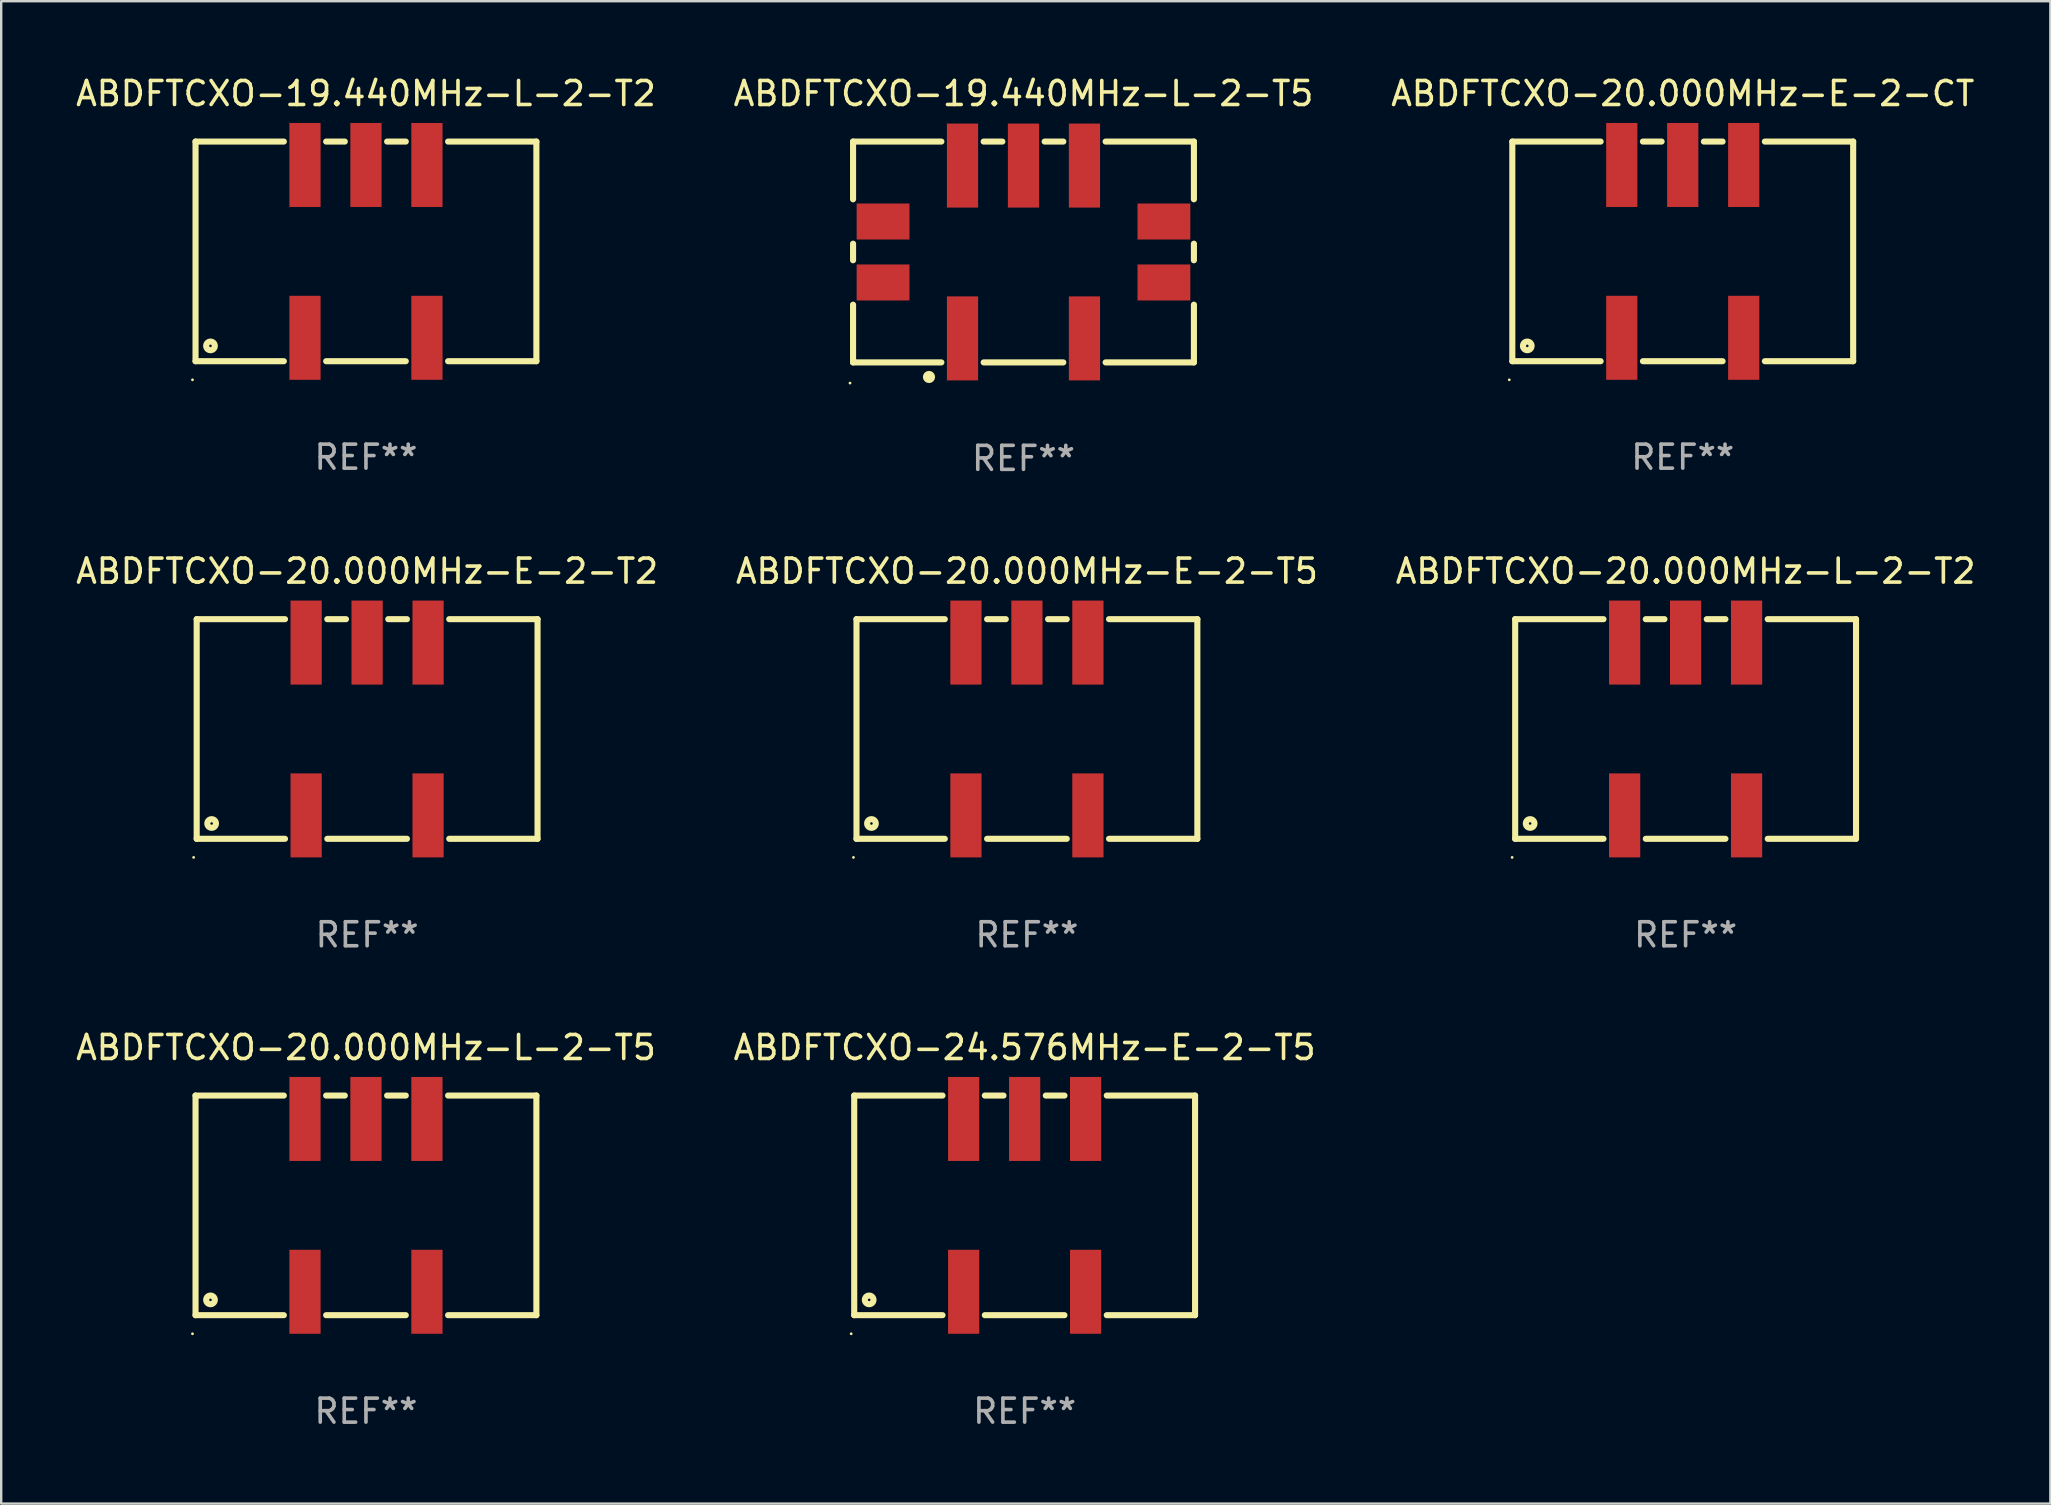
<source format=kicad_pcb>
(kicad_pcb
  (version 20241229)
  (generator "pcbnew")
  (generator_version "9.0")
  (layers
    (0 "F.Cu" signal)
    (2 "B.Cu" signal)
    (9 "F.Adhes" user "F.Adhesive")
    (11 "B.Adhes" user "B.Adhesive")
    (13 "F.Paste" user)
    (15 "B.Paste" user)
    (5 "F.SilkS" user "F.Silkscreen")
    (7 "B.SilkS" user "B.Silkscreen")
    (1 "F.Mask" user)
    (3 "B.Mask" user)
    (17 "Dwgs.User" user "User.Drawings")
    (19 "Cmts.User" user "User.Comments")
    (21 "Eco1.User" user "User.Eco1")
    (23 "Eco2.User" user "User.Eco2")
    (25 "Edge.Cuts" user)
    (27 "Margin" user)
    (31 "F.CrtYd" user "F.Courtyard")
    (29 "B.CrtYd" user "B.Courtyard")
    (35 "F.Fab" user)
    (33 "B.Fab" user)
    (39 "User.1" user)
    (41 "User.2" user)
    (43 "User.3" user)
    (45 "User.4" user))
  (footprint "ABDFTCXO-24.576MHz-E-2-T5"
    (layer "F.Cu")
    (at 39.637 47.166)
    (property "Reference" "ABDFTCXO-24.576MHz-E-2-T5" (at 0 -6.575 0) (layer "F.SilkS") (effects (font (size 1 1) (thickness 0.15))))
    (attr through_hole)
    (fp_line (start -7.1 -4.575) (end -7.1 4.575) (stroke (width 0.254) (type solid)) (layer "F.SilkS"))
    (fp_line (start -7.1 -4.575) (end -3.421 -4.575) (stroke (width 0.254) (type solid)) (layer "F.SilkS"))
    (fp_line (start -7.1 4.575) (end -3.421 4.575) (stroke (width 0.254) (type solid)) (layer "F.SilkS"))
    (fp_line (start -1.659 -4.575) (end -0.881 -4.575) (stroke (width 0.254) (type solid)) (layer "F.SilkS"))
    (fp_line (start -1.659 4.575) (end 1.659 4.575) (stroke (width 0.254) (type solid)) (layer "F.SilkS"))
    (fp_line (start 0.881 -4.575) (end 1.659 -4.575) (stroke (width 0.254) (type solid)) (layer "F.SilkS"))
    (fp_line (start 3.421 -4.575) (end 7.1 -4.575) (stroke (width 0.254) (type solid)) (layer "F.SilkS"))
    (fp_line (start 3.421 4.575) (end 7.1 4.575) (stroke (width 0.254) (type solid)) (layer "F.SilkS"))
    (fp_line (start 7.1 -4.575) (end 7.1 4.575) (stroke (width 0.254) (type solid)) (layer "F.SilkS"))
    (fp_circle (center -7.227 5.35) (end -7.197 5.35) (stroke (width 0.06) (type solid)) (fill no) (layer "F.SilkS"))
    (fp_circle (center -6.477 3.937) (end -6.297 3.937) (stroke (width 0.254) (type solid)) (fill no) (layer "F.SilkS"))
    (fp_text user "REF**" (at 0 8.575 0) (layer "F.Fab") (effects (font (size 1 1) (thickness 0.15))))
    (pad "1" smd rect (at -2.54 3.6) (size 1.3 3.5) (layers "F.Cu" "F.Mask" "F.Paste"))
    (pad "2" smd rect (at 2.54 3.6) (size 1.3 3.5) (layers "F.Cu" "F.Mask" "F.Paste"))
    (pad "3" smd rect (at 2.54 -3.6) (size 1.3 3.5) (layers "F.Cu" "F.Mask" "F.Paste"))
    (pad "4" smd rect (at 0 -3.6) (size 1.3 3.5) (layers "F.Cu" "F.Mask" "F.Paste"))
    (pad "5" smd rect (at -2.54 -3.6) (size 1.3 3.5) (layers "F.Cu" "F.Mask" "F.Paste")))
  (footprint "ABDFTCXO-20.000MHz-L-2-T2"
    (layer "F.Cu")
    (at 67.173 27.32)
    (property "Reference" "ABDFTCXO-20.000MHz-L-2-T2" (at 0 -6.575 0) (layer "F.SilkS") (effects (font (size 1 1) (thickness 0.15))))
    (attr through_hole)
    (fp_line (start -7.1 -4.575) (end -7.1 4.575) (stroke (width 0.254) (type solid)) (layer "F.SilkS"))
    (fp_line (start -7.1 -4.575) (end -3.421 -4.575) (stroke (width 0.254) (type solid)) (layer "F.SilkS"))
    (fp_line (start -7.1 4.575) (end -3.421 4.575) (stroke (width 0.254) (type solid)) (layer "F.SilkS"))
    (fp_line (start -1.659 -4.575) (end -0.881 -4.575) (stroke (width 0.254) (type solid)) (layer "F.SilkS"))
    (fp_line (start -1.659 4.575) (end 1.659 4.575) (stroke (width 0.254) (type solid)) (layer "F.SilkS"))
    (fp_line (start 0.881 -4.575) (end 1.659 -4.575) (stroke (width 0.254) (type solid)) (layer "F.SilkS"))
    (fp_line (start 3.421 -4.575) (end 7.1 -4.575) (stroke (width 0.254) (type solid)) (layer "F.SilkS"))
    (fp_line (start 3.421 4.575) (end 7.1 4.575) (stroke (width 0.254) (type solid)) (layer "F.SilkS"))
    (fp_line (start 7.1 -4.575) (end 7.1 4.575) (stroke (width 0.254) (type solid)) (layer "F.SilkS"))
    (fp_circle (center -7.227 5.35) (end -7.197 5.35) (stroke (width 0.06) (type solid)) (fill no) (layer "F.SilkS"))
    (fp_circle (center -6.477 3.937) (end -6.297 3.937) (stroke (width 0.254) (type solid)) (fill no) (layer "F.SilkS"))
    (fp_text user "REF**" (at 0 8.575 0) (layer "F.Fab") (effects (font (size 1 1) (thickness 0.15))))
    (pad "1" smd rect (at -2.54 3.6) (size 1.3 3.5) (layers "F.Cu" "F.Mask" "F.Paste"))
    (pad "2" smd rect (at 2.54 3.6) (size 1.3 3.5) (layers "F.Cu" "F.Mask" "F.Paste"))
    (pad "3" smd rect (at 2.54 -3.6) (size 1.3 3.5) (layers "F.Cu" "F.Mask" "F.Paste"))
    (pad "4" smd rect (at 0 -3.6) (size 1.3 3.5) (layers "F.Cu" "F.Mask" "F.Paste"))
    (pad "5" smd rect (at -2.54 -3.6) (size 1.3 3.5) (layers "F.Cu" "F.Mask" "F.Paste")))
  (footprint "ABDFTCXO-20.000MHz-E-2-T5"
    (layer "F.Cu")
    (at 39.732 27.32)
    (property "Reference" "ABDFTCXO-20.000MHz-E-2-T5" (at 0 -6.575 0) (layer "F.SilkS") (effects (font (size 1 1) (thickness 0.15))))
    (attr through_hole)
    (fp_line (start -7.1 -4.575) (end -7.1 4.575) (stroke (width 0.254) (type solid)) (layer "F.SilkS"))
    (fp_line (start -7.1 -4.575) (end -3.421 -4.575) (stroke (width 0.254) (type solid)) (layer "F.SilkS"))
    (fp_line (start -7.1 4.575) (end -3.421 4.575) (stroke (width 0.254) (type solid)) (layer "F.SilkS"))
    (fp_line (start -1.659 -4.575) (end -0.881 -4.575) (stroke (width 0.254) (type solid)) (layer "F.SilkS"))
    (fp_line (start -1.659 4.575) (end 1.659 4.575) (stroke (width 0.254) (type solid)) (layer "F.SilkS"))
    (fp_line (start 0.881 -4.575) (end 1.659 -4.575) (stroke (width 0.254) (type solid)) (layer "F.SilkS"))
    (fp_line (start 3.421 -4.575) (end 7.1 -4.575) (stroke (width 0.254) (type solid)) (layer "F.SilkS"))
    (fp_line (start 3.421 4.575) (end 7.1 4.575) (stroke (width 0.254) (type solid)) (layer "F.SilkS"))
    (fp_line (start 7.1 -4.575) (end 7.1 4.575) (stroke (width 0.254) (type solid)) (layer "F.SilkS"))
    (fp_circle (center -7.227 5.35) (end -7.197 5.35) (stroke (width 0.06) (type solid)) (fill no) (layer "F.SilkS"))
    (fp_circle (center -6.477 3.937) (end -6.297 3.937) (stroke (width 0.254) (type solid)) (fill no) (layer "F.SilkS"))
    (fp_text user "REF**" (at 0 8.575 0) (layer "F.Fab") (effects (font (size 1 1) (thickness 0.15))))
    (pad "1" smd rect (at -2.54 3.6) (size 1.3 3.5) (layers "F.Cu" "F.Mask" "F.Paste"))
    (pad "2" smd rect (at 2.54 3.6) (size 1.3 3.5) (layers "F.Cu" "F.Mask" "F.Paste"))
    (pad "3" smd rect (at 2.54 -3.6) (size 1.3 3.5) (layers "F.Cu" "F.Mask" "F.Paste"))
    (pad "4" smd rect (at 0 -3.6) (size 1.3 3.5) (layers "F.Cu" "F.Mask" "F.Paste"))
    (pad "5" smd rect (at -2.54 -3.6) (size 1.3 3.5) (layers "F.Cu" "F.Mask" "F.Paste")))
  (footprint "ABDFTCXO-20.000MHz-E-2-CT"
    (layer "F.Cu")
    (at 67.054 7.423)
    (property "Reference" "ABDFTCXO-20.000MHz-E-2-CT" (at 0 -6.575 0) (layer "F.SilkS") (effects (font (size 1 1) (thickness 0.15))))
    (attr through_hole)
    (fp_line (start -7.1 -4.575) (end -7.1 4.575) (stroke (width 0.254) (type solid)) (layer "F.SilkS"))
    (fp_line (start -7.1 -4.575) (end -3.421 -4.575) (stroke (width 0.254) (type solid)) (layer "F.SilkS"))
    (fp_line (start -7.1 4.575) (end -3.421 4.575) (stroke (width 0.254) (type solid)) (layer "F.SilkS"))
    (fp_line (start -1.659 -4.575) (end -0.881 -4.575) (stroke (width 0.254) (type solid)) (layer "F.SilkS"))
    (fp_line (start -1.659 4.575) (end 1.659 4.575) (stroke (width 0.254) (type solid)) (layer "F.SilkS"))
    (fp_line (start 0.881 -4.575) (end 1.659 -4.575) (stroke (width 0.254) (type solid)) (layer "F.SilkS"))
    (fp_line (start 3.421 -4.575) (end 7.1 -4.575) (stroke (width 0.254) (type solid)) (layer "F.SilkS"))
    (fp_line (start 3.421 4.575) (end 7.1 4.575) (stroke (width 0.254) (type solid)) (layer "F.SilkS"))
    (fp_line (start 7.1 -4.575) (end 7.1 4.575) (stroke (width 0.254) (type solid)) (layer "F.SilkS"))
    (fp_circle (center -7.227 5.35) (end -7.197 5.35) (stroke (width 0.06) (type solid)) (fill no) (layer "F.SilkS"))
    (fp_circle (center -6.477 3.937) (end -6.297 3.937) (stroke (width 0.254) (type solid)) (fill no) (layer "F.SilkS"))
    (fp_text user "REF**" (at 0 8.575 0) (layer "F.Fab") (effects (font (size 1 1) (thickness 0.15))))
    (pad "1" smd rect (at -2.54 3.6) (size 1.3 3.5) (layers "F.Cu" "F.Mask" "F.Paste"))
    (pad "2" smd rect (at 2.54 3.6) (size 1.3 3.5) (layers "F.Cu" "F.Mask" "F.Paste"))
    (pad "3" smd rect (at 2.54 -3.6) (size 1.3 3.5) (layers "F.Cu" "F.Mask" "F.Paste"))
    (pad "4" smd rect (at 0 -3.6) (size 1.3 3.5) (layers "F.Cu" "F.Mask" "F.Paste"))
    (pad "5" smd rect (at -2.54 -3.6) (size 1.3 3.5) (layers "F.Cu" "F.Mask" "F.Paste")))
  (footprint "ABDFTCXO-19.440MHz-L-2-T5"
    (layer "F.Cu")
    (at 39.589 7.448)
    (property "Reference" "ABDFTCXO-19.440MHz-L-2-T5" (at 0 -6.6 0) (layer "F.SilkS") (effects (font (size 1 1) (thickness 0.15))))
    (attr through_hole)
    (fp_line (start -7.1 -4.6) (end -7.1 -2.195) (stroke (width 0.254) (type solid)) (layer "F.SilkS"))
    (fp_line (start -7.1 -4.6) (end -3.421 -4.6) (stroke (width 0.254) (type solid)) (layer "F.SilkS"))
    (fp_line (start -7.1 -0.345) (end -7.1 0.345) (stroke (width 0.254) (type solid)) (layer "F.SilkS"))
    (fp_line (start -7.1 2.195) (end -7.1 4.6) (stroke (width 0.254) (type solid)) (layer "F.SilkS"))
    (fp_line (start -7.1 4.6) (end -3.421 4.6) (stroke (width 0.254) (type solid)) (layer "F.SilkS"))
    (fp_line (start -1.659 -4.6) (end -0.881 -4.6) (stroke (width 0.254) (type solid)) (layer "F.SilkS"))
    (fp_line (start -1.659 4.6) (end 1.659 4.6) (stroke (width 0.254) (type solid)) (layer "F.SilkS"))
    (fp_line (start 0.881 -4.6) (end 1.659 -4.6) (stroke (width 0.254) (type solid)) (layer "F.SilkS"))
    (fp_line (start 3.421 -4.6) (end 7.1 -4.6) (stroke (width 0.254) (type solid)) (layer "F.SilkS"))
    (fp_line (start 3.421 4.6) (end 7.1 4.6) (stroke (width 0.254) (type solid)) (layer "F.SilkS"))
    (fp_line (start 7.1 -4.6) (end 7.1 -2.195) (stroke (width 0.254) (type solid)) (layer "F.SilkS"))
    (fp_line (start 7.1 -0.345) (end 7.1 0.345) (stroke (width 0.254) (type solid)) (layer "F.SilkS"))
    (fp_line (start 7.1 2.195) (end 7.1 4.6) (stroke (width 0.254) (type solid)) (layer "F.SilkS"))
    (fp_circle (center -7.227 5.461) (end -7.197 5.461) (stroke (width 0.06) (type solid)) (fill no) (layer "F.SilkS"))
    (fp_circle (center -3.937 5.207) (end -3.81 5.207) (stroke (width 0.254) (type solid)) (fill no) (layer "F.SilkS"))
    (fp_text user "REF**" (at 0 8.6 0) (layer "F.Fab") (effects (font (size 1 1) (thickness 0.15))))
    (pad "1" smd rect (at -2.54 3.6) (size 1.3 3.5) (layers "F.Cu" "F.Mask" "F.Paste"))
    (pad "2" smd rect (at 2.54 3.6) (size 1.3 3.5) (layers "F.Cu" "F.Mask" "F.Paste"))
    (pad "3" smd rect (at 2.54 -3.6) (size 1.3 3.5) (layers "F.Cu" "F.Mask" "F.Paste"))
    (pad "4" smd rect (at 0 -3.6) (size 1.3 3.5) (layers "F.Cu" "F.Mask" "F.Paste"))
    (pad "5" smd rect (at -2.54 -3.6) (size 1.3 3.5) (layers "F.Cu" "F.Mask" "F.Paste"))
    (pad "6" smd rect (at 5.85 1.27 90) (size 1.5 2.2) (layers "F.Cu" "F.Mask" "F.Paste"))
    (pad "7" smd rect (at 5.85 -1.27 90) (size 1.5 2.2) (layers "F.Cu" "F.Mask" "F.Paste"))
    (pad "8" smd rect (at -5.85 -1.27 90) (size 1.5 2.2) (layers "F.Cu" "F.Mask" "F.Paste"))
    (pad "9" smd rect (at -5.85 1.27 90) (size 1.5 2.2) (layers "F.Cu" "F.Mask" "F.Paste")))
  (footprint "ABDFTCXO-20.000MHz-E-2-T2"
    (layer "F.Cu")
    (at 12.244 27.32)
    (property "Reference" "ABDFTCXO-20.000MHz-E-2-T2" (at 0 -6.575 0) (layer "F.SilkS") (effects (font (size 1 1) (thickness 0.15))))
    (attr through_hole)
    (fp_line (start -7.1 -4.575) (end -7.1 4.575) (stroke (width 0.254) (type solid)) (layer "F.SilkS"))
    (fp_line (start -7.1 -4.575) (end -3.421 -4.575) (stroke (width 0.254) (type solid)) (layer "F.SilkS"))
    (fp_line (start -7.1 4.575) (end -3.421 4.575) (stroke (width 0.254) (type solid)) (layer "F.SilkS"))
    (fp_line (start -1.659 -4.575) (end -0.881 -4.575) (stroke (width 0.254) (type solid)) (layer "F.SilkS"))
    (fp_line (start -1.659 4.575) (end 1.659 4.575) (stroke (width 0.254) (type solid)) (layer "F.SilkS"))
    (fp_line (start 0.881 -4.575) (end 1.659 -4.575) (stroke (width 0.254) (type solid)) (layer "F.SilkS"))
    (fp_line (start 3.421 -4.575) (end 7.1 -4.575) (stroke (width 0.254) (type solid)) (layer "F.SilkS"))
    (fp_line (start 3.421 4.575) (end 7.1 4.575) (stroke (width 0.254) (type solid)) (layer "F.SilkS"))
    (fp_line (start 7.1 -4.575) (end 7.1 4.575) (stroke (width 0.254) (type solid)) (layer "F.SilkS"))
    (fp_circle (center -7.227 5.35) (end -7.197 5.35) (stroke (width 0.06) (type solid)) (fill no) (layer "F.SilkS"))
    (fp_circle (center -6.477 3.937) (end -6.297 3.937) (stroke (width 0.254) (type solid)) (fill no) (layer "F.SilkS"))
    (fp_text user "REF**" (at 0 8.575 0) (layer "F.Fab") (effects (font (size 1 1) (thickness 0.15))))
    (pad "1" smd rect (at -2.54 3.6) (size 1.3 3.5) (layers "F.Cu" "F.Mask" "F.Paste"))
    (pad "2" smd rect (at 2.54 3.6) (size 1.3 3.5) (layers "F.Cu" "F.Mask" "F.Paste"))
    (pad "3" smd rect (at 2.54 -3.6) (size 1.3 3.5) (layers "F.Cu" "F.Mask" "F.Paste"))
    (pad "4" smd rect (at 0 -3.6) (size 1.3 3.5) (layers "F.Cu" "F.Mask" "F.Paste"))
    (pad "5" smd rect (at -2.54 -3.6) (size 1.3 3.5) (layers "F.Cu" "F.Mask" "F.Paste")))
  (footprint "ABDFTCXO-19.440MHz-L-2-T2"
    (layer "F.Cu")
    (at 12.196 7.423)
    (property "Reference" "ABDFTCXO-19.440MHz-L-2-T2" (at 0 -6.575 0) (layer "F.SilkS") (effects (font (size 1 1) (thickness 0.15))))
    (attr through_hole)
    (fp_line (start -7.1 -4.575) (end -7.1 4.575) (stroke (width 0.254) (type solid)) (layer "F.SilkS"))
    (fp_line (start -7.1 -4.575) (end -3.421 -4.575) (stroke (width 0.254) (type solid)) (layer "F.SilkS"))
    (fp_line (start -7.1 4.575) (end -3.421 4.575) (stroke (width 0.254) (type solid)) (layer "F.SilkS"))
    (fp_line (start -1.659 -4.575) (end -0.881 -4.575) (stroke (width 0.254) (type solid)) (layer "F.SilkS"))
    (fp_line (start -1.659 4.575) (end 1.659 4.575) (stroke (width 0.254) (type solid)) (layer "F.SilkS"))
    (fp_line (start 0.881 -4.575) (end 1.659 -4.575) (stroke (width 0.254) (type solid)) (layer "F.SilkS"))
    (fp_line (start 3.421 -4.575) (end 7.1 -4.575) (stroke (width 0.254) (type solid)) (layer "F.SilkS"))
    (fp_line (start 3.421 4.575) (end 7.1 4.575) (stroke (width 0.254) (type solid)) (layer "F.SilkS"))
    (fp_line (start 7.1 -4.575) (end 7.1 4.575) (stroke (width 0.254) (type solid)) (layer "F.SilkS"))
    (fp_circle (center -7.227 5.35) (end -7.197 5.35) (stroke (width 0.06) (type solid)) (fill no) (layer "F.SilkS"))
    (fp_circle (center -6.477 3.937) (end -6.297 3.937) (stroke (width 0.254) (type solid)) (fill no) (layer "F.SilkS"))
    (fp_text user "REF**" (at 0 8.575 0) (layer "F.Fab") (effects (font (size 1 1) (thickness 0.15))))
    (pad "1" smd rect (at -2.54 3.6) (size 1.3 3.5) (layers "F.Cu" "F.Mask" "F.Paste"))
    (pad "2" smd rect (at 2.54 3.6) (size 1.3 3.5) (layers "F.Cu" "F.Mask" "F.Paste"))
    (pad "3" smd rect (at 2.54 -3.6) (size 1.3 3.5) (layers "F.Cu" "F.Mask" "F.Paste"))
    (pad "4" smd rect (at 0 -3.6) (size 1.3 3.5) (layers "F.Cu" "F.Mask" "F.Paste"))
    (pad "5" smd rect (at -2.54 -3.6) (size 1.3 3.5) (layers "F.Cu" "F.Mask" "F.Paste")))
  (footprint "ABDFTCXO-20.000MHz-L-2-T5"
    (layer "F.Cu")
    (at 12.196 47.166)
    (property "Reference" "ABDFTCXO-20.000MHz-L-2-T5" (at 0 -6.575 0) (layer "F.SilkS") (effects (font (size 1 1) (thickness 0.15))))
    (attr through_hole)
    (fp_line (start -7.1 -4.575) (end -7.1 4.575) (stroke (width 0.254) (type solid)) (layer "F.SilkS"))
    (fp_line (start -7.1 -4.575) (end -3.421 -4.575) (stroke (width 0.254) (type solid)) (layer "F.SilkS"))
    (fp_line (start -7.1 4.575) (end -3.421 4.575) (stroke (width 0.254) (type solid)) (layer "F.SilkS"))
    (fp_line (start -1.659 -4.575) (end -0.881 -4.575) (stroke (width 0.254) (type solid)) (layer "F.SilkS"))
    (fp_line (start -1.659 4.575) (end 1.659 4.575) (stroke (width 0.254) (type solid)) (layer "F.SilkS"))
    (fp_line (start 0.881 -4.575) (end 1.659 -4.575) (stroke (width 0.254) (type solid)) (layer "F.SilkS"))
    (fp_line (start 3.421 -4.575) (end 7.1 -4.575) (stroke (width 0.254) (type solid)) (layer "F.SilkS"))
    (fp_line (start 3.421 4.575) (end 7.1 4.575) (stroke (width 0.254) (type solid)) (layer "F.SilkS"))
    (fp_line (start 7.1 -4.575) (end 7.1 4.575) (stroke (width 0.254) (type solid)) (layer "F.SilkS"))
    (fp_circle (center -7.227 5.35) (end -7.197 5.35) (stroke (width 0.06) (type solid)) (fill no) (layer "F.SilkS"))
    (fp_circle (center -6.477 3.937) (end -6.297 3.937) (stroke (width 0.254) (type solid)) (fill no) (layer "F.SilkS"))
    (fp_text user "REF**" (at 0 8.575 0) (layer "F.Fab") (effects (font (size 1 1) (thickness 0.15))))
    (pad "1" smd rect (at -2.54 3.6) (size 1.3 3.5) (layers "F.Cu" "F.Mask" "F.Paste"))
    (pad "2" smd rect (at 2.54 3.6) (size 1.3 3.5) (layers "F.Cu" "F.Mask" "F.Paste"))
    (pad "3" smd rect (at 2.54 -3.6) (size 1.3 3.5) (layers "F.Cu" "F.Mask" "F.Paste"))
    (pad "4" smd rect (at 0 -3.6) (size 1.3 3.5) (layers "F.Cu" "F.Mask" "F.Paste"))
    (pad "5" smd rect (at -2.54 -3.6) (size 1.3 3.5) (layers "F.Cu" "F.Mask" "F.Paste")))
  (gr_rect
    (start -3 -3)
    (end 82.369 59.59)
    (stroke (width 0.1) (type default))
    (fill no)
    (layer "Edge.Cuts")))
</source>
